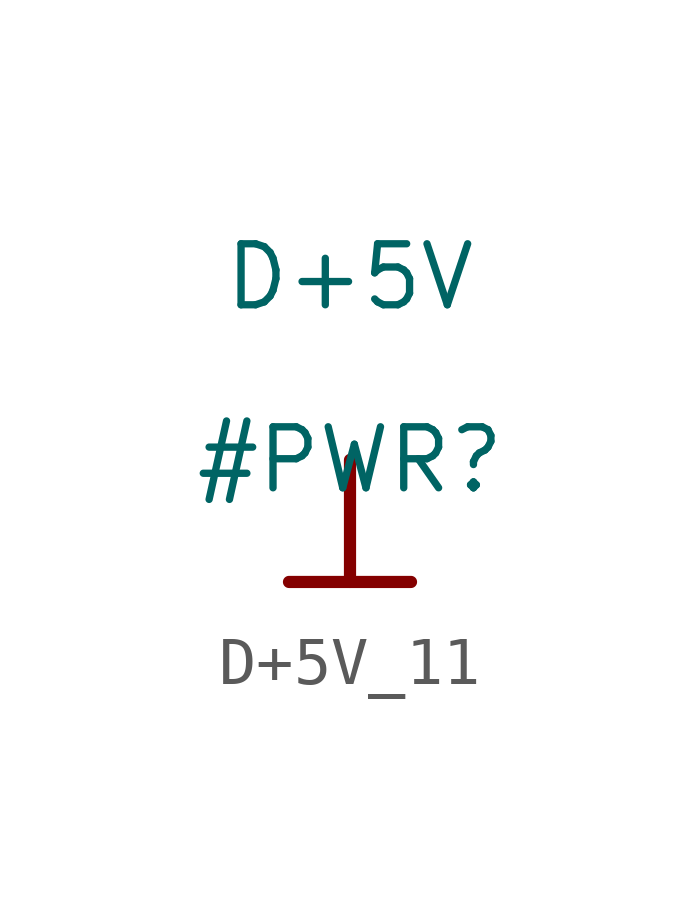
<source format=kicad_sym>
(kicad_symbol_lib
  (version 20241209)
  (generator "kicad_symbol_editor")
  (generator_version "9.0")
  (symbol "D+5V_11"
    (power)
    (property "Reference" "#PWR"
      (at 0 0 0)
      (effects (font (size 1.27 1.27))))
    (property "Value" "D+5V"
      (at 0 3.81 0)
      (effects (font (size 1.27 1.27))))
    (symbol "D+5V_11_0_0"
      (polyline (pts (xy -1.27 -2.54) (xy 1.27 -2.54)) (stroke (width 0.254) (type solid)) (fill (type none)))
      (polyline (pts (xy 0 0) (xy 0 -2.54)) (stroke (width 0.254) (type solid)) (fill (type none))))
    (symbol "D+5V_11_1_0"
      (pin power_out line (at 0 0 0) (length 0) (hide yes) (name "D+5V" (effects (font (size 1.27 1.27)))) (number "" (effects (font (size 1.27 1.27))))))))
</source>
